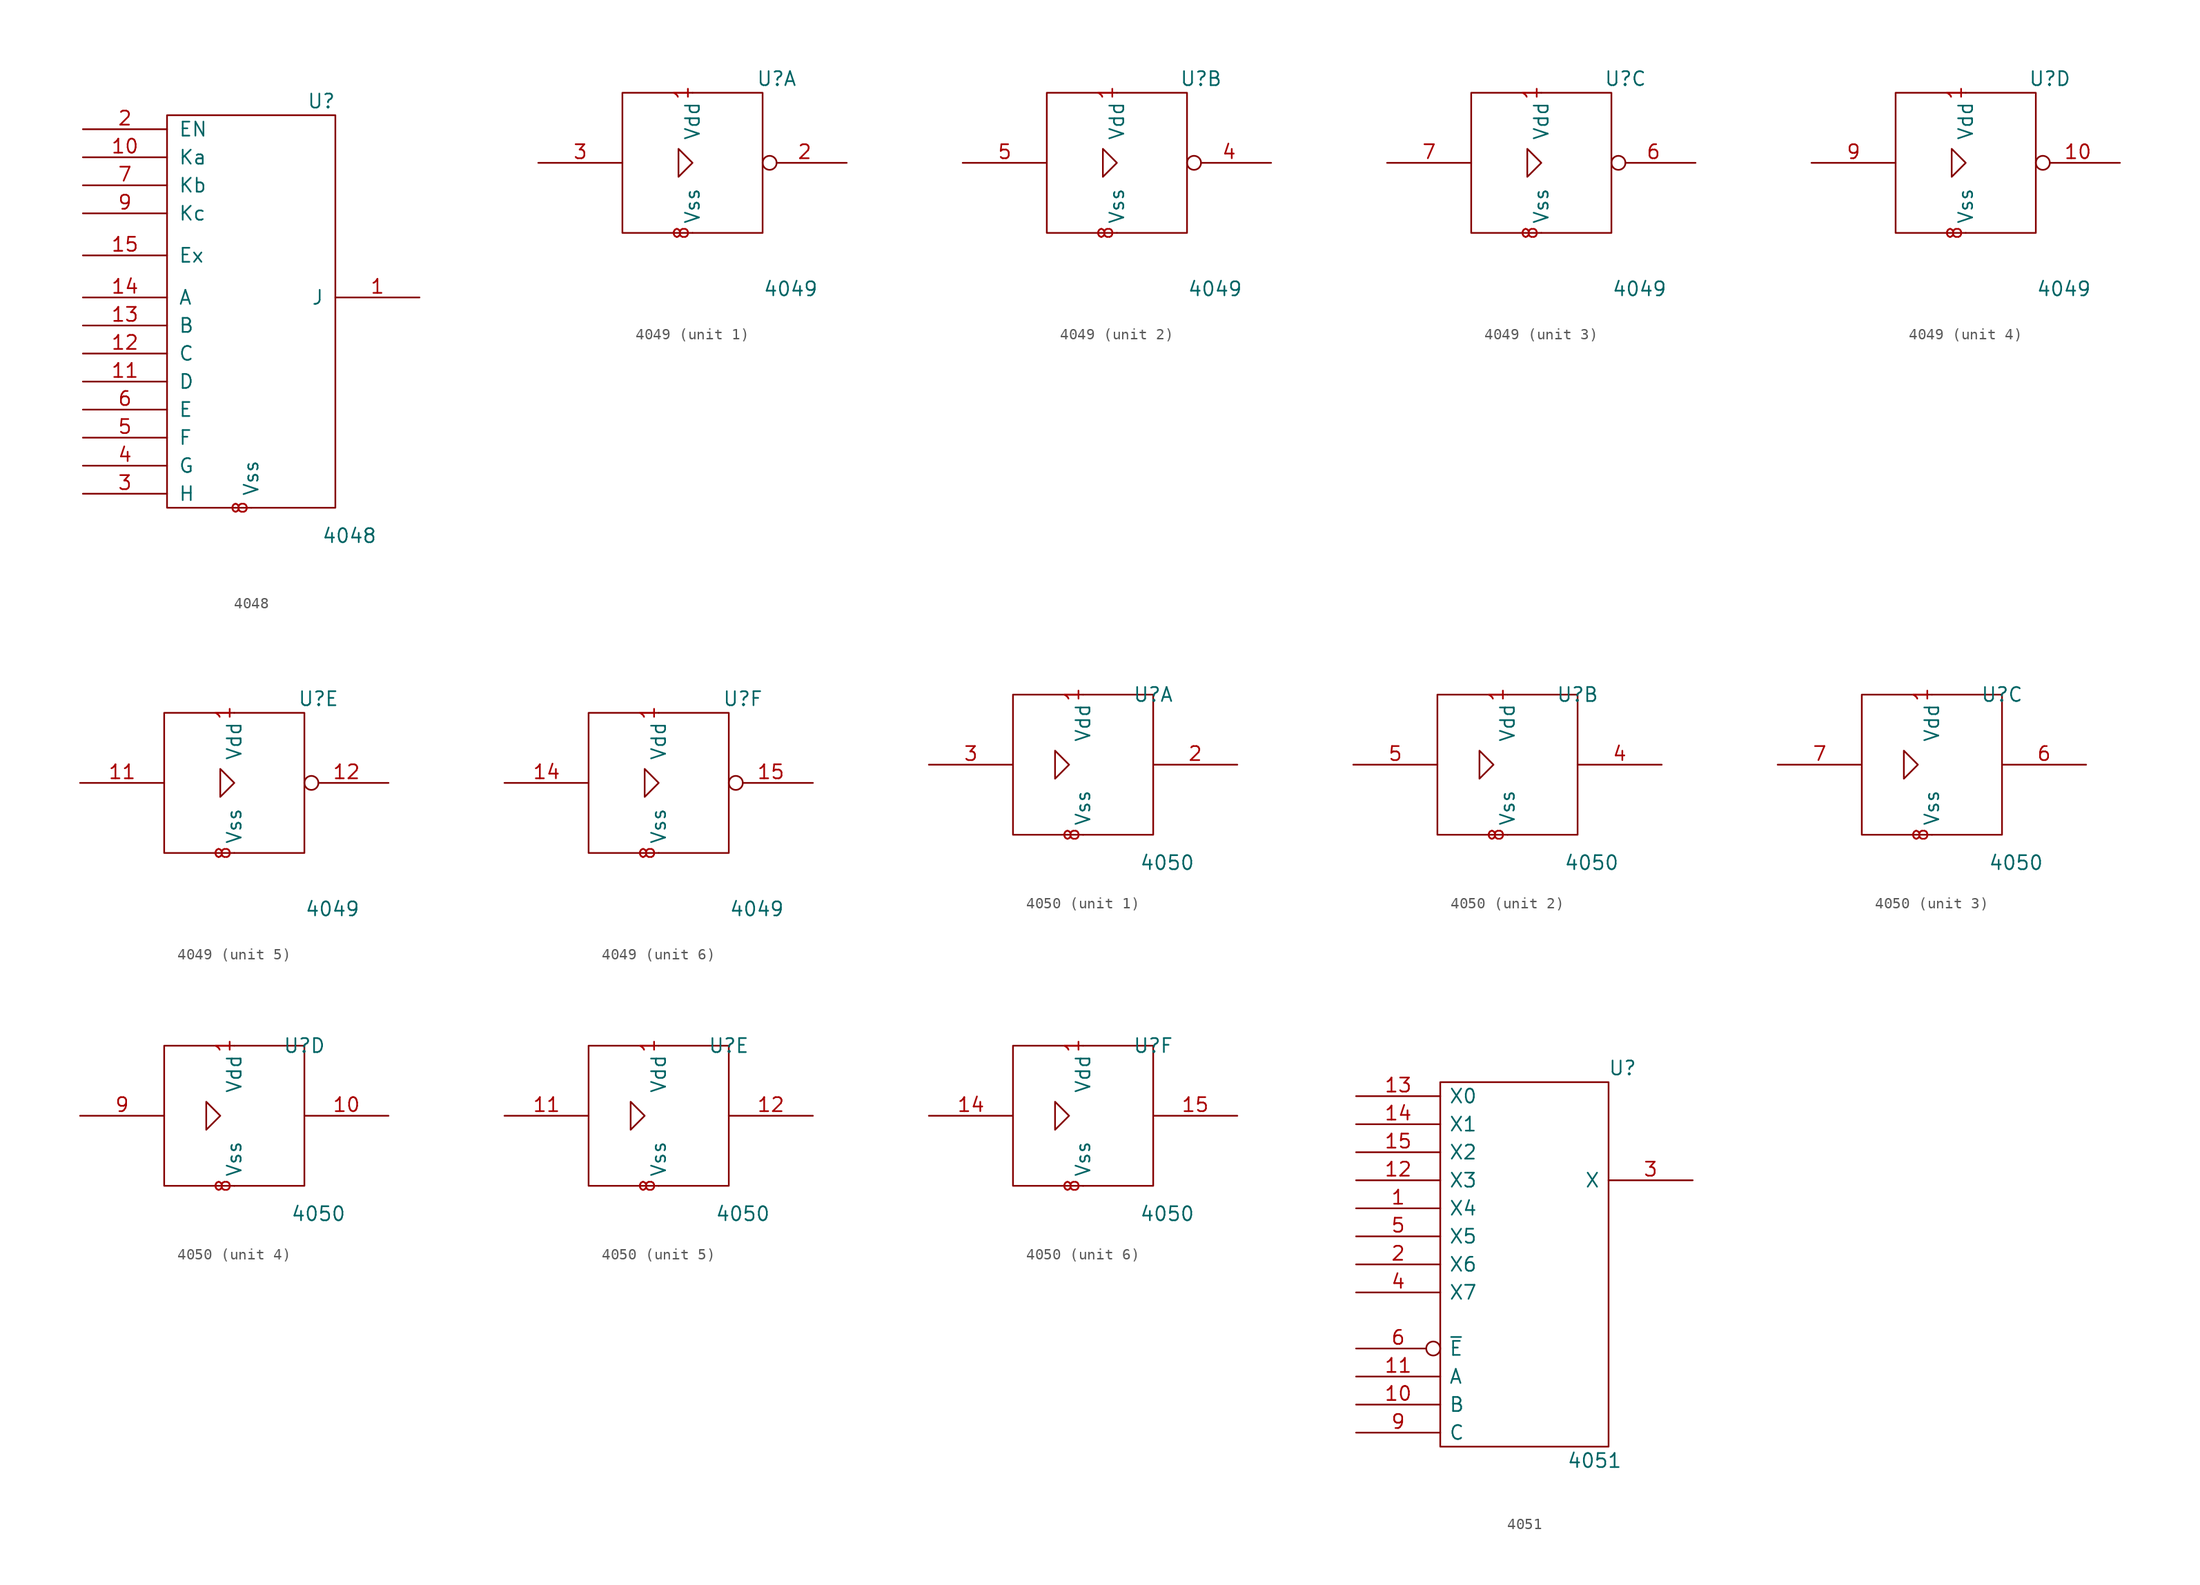
<source format=kicad_sym>
(kicad_symbol_lib
  (version 20201005)
  (generator kicad_symbol_editor)
  (symbol "4xxx_IEEE:4048"
    (pin_names
      (offset 1.016))
    (property "Reference" "U"
      (at 6.35 17.78 0)
      (effects (font (size 1.27 1.27))))
    (property "Value" "4048"
      (at 8.89 -21.59 0)
      (effects (font (size 1.27 1.27))))
    (symbol "4048_0_1"
      (rectangle (start -7.62 16.51) (end 7.62 -19.05) (stroke (width 0)) (fill (type none))))
    (symbol "4048_1_1"
      (pin output line (at 15.24 0 180) (length 7.62) (name "J" (effects (font (size 1.27 1.27)))) (number "1" (effects (font (size 1.27 1.27)))))
      (pin input line (at -15.24 12.7 0) (length 7.62) (name "Ka" (effects (font (size 1.27 1.27)))) (number "10" (effects (font (size 1.27 1.27)))))
      (pin input line (at -15.24 -7.62 0) (length 7.62) (name "D" (effects (font (size 1.27 1.27)))) (number "11" (effects (font (size 1.27 1.27)))))
      (pin input line (at -15.24 -5.08 0) (length 7.62) (name "C" (effects (font (size 1.27 1.27)))) (number "12" (effects (font (size 1.27 1.27)))))
      (pin input line (at -15.24 -2.54 0) (length 7.62) (name "B" (effects (font (size 1.27 1.27)))) (number "13" (effects (font (size 1.27 1.27)))))
      (pin input line (at -15.24 0 0) (length 7.62) (name "A" (effects (font (size 1.27 1.27)))) (number "14" (effects (font (size 1.27 1.27)))))
      (pin input line (at -15.24 3.81 0) (length 7.62) (name "Ex" (effects (font (size 1.27 1.27)))) (number "15" (effects (font (size 1.27 1.27)))))
      (pin power_in line (at 0 16.51 270) (length 0) hide (name "Vdd" (effects (font (size 1.27 1.27)))) (number "16" (effects (font (size 1.27 1.27)))))
      (pin input line (at -15.24 15.24 0) (length 7.62) (name "EN" (effects (font (size 1.27 1.27)))) (number "2" (effects (font (size 1.27 1.27)))))
      (pin input line (at -15.24 -17.78 0) (length 7.62) (name "H" (effects (font (size 1.27 1.27)))) (number "3" (effects (font (size 1.27 1.27)))))
      (pin input line (at -15.24 -15.24 0) (length 7.62) (name "G" (effects (font (size 1.27 1.27)))) (number "4" (effects (font (size 1.27 1.27)))))
      (pin input line (at -15.24 -12.7 0) (length 7.62) (name "F" (effects (font (size 1.27 1.27)))) (number "5" (effects (font (size 1.27 1.27)))))
      (pin input line (at -15.24 -10.16 0) (length 7.62) (name "E" (effects (font (size 1.27 1.27)))) (number "6" (effects (font (size 1.27 1.27)))))
      (pin input line (at -15.24 10.16 0) (length 7.62) (name "Kb" (effects (font (size 1.27 1.27)))) (number "7" (effects (font (size 1.27 1.27)))))
      (pin power_in line (at 0 -19.05 90) (length 0) (name "Vss" (effects (font (size 1.27 1.27)))) (number "8" (effects (font (size 1.27 1.27)))))
      (pin input line (at -15.24 7.62 0) (length 7.62) (name "Kc" (effects (font (size 1.27 1.27)))) (number "9" (effects (font (size 1.27 1.27)))))))
  (symbol "4xxx_IEEE:4049"
    (pin_names
      (offset 0.762))
    (property "Reference" "U"
      (at 7.62 7.62 0)
      (effects (font (size 1.27 1.27))))
    (property "Value" "4049"
      (at 8.89 -11.43 0)
      (effects (font (size 1.27 1.27))))
    (symbol "4049_0_0"
      (polyline (pts (xy -1.27 1.27) (xy -1.27 -1.27) (xy 0 0) (xy -1.27 1.27) (xy -1.27 1.27)) (stroke (width 0)) (fill (type none)))
      (pin power_in line (at 0 6.35 270) (length 0) (name "Vdd" (effects (font (size 1.27 1.27)))) (number "1" (effects (font (size 1.27 1.27)))))
      (pin power_in line (at 0 -6.35 90) (length 0) (name "Vss" (effects (font (size 1.27 1.27)))) (number "8" (effects (font (size 1.27 1.27))))))
    (symbol "4049_0_1"
      (rectangle (start -6.35 6.35) (end 6.35 -6.35) (stroke (width 0)) (fill (type none))))
    (symbol "4049_1_1"
      (pin output inverted (at 13.97 0 180) (length 7.62) (name "~" (effects (font (size 1.27 1.27)))) (number "2" (effects (font (size 1.27 1.27)))))
      (pin input line (at -13.97 0 0) (length 7.62) (name "~" (effects (font (size 1.27 1.27)))) (number "3" (effects (font (size 1.27 1.27))))))
    (symbol "4049_2_1"
      (pin output inverted (at 13.97 0 180) (length 7.62) (name "~" (effects (font (size 1.27 1.27)))) (number "4" (effects (font (size 1.27 1.27)))))
      (pin input line (at -13.97 0 0) (length 7.62) (name "~" (effects (font (size 1.27 1.27)))) (number "5" (effects (font (size 1.27 1.27))))))
    (symbol "4049_3_1"
      (pin output inverted (at 13.97 0 180) (length 7.62) (name "~" (effects (font (size 1.27 1.27)))) (number "6" (effects (font (size 1.27 1.27)))))
      (pin input line (at -13.97 0 0) (length 7.62) (name "~" (effects (font (size 1.27 1.27)))) (number "7" (effects (font (size 1.27 1.27))))))
    (symbol "4049_4_1"
      (pin output inverted (at 13.97 0 180) (length 7.62) (name "~" (effects (font (size 1.27 1.27)))) (number "10" (effects (font (size 1.27 1.27)))))
      (pin input line (at -13.97 0 0) (length 7.62) (name "~" (effects (font (size 1.27 1.27)))) (number "9" (effects (font (size 1.27 1.27))))))
    (symbol "4049_5_1"
      (pin input line (at -13.97 0 0) (length 7.62) (name "~" (effects (font (size 1.27 1.27)))) (number "11" (effects (font (size 1.27 1.27)))))
      (pin output inverted (at 13.97 0 180) (length 7.62) (name "~" (effects (font (size 1.27 1.27)))) (number "12" (effects (font (size 1.27 1.27))))))
    (symbol "4049_6_1"
      (pin input line (at -13.97 0 0) (length 7.62) (name "~" (effects (font (size 1.27 1.27)))) (number "14" (effects (font (size 1.27 1.27)))))
      (pin output inverted (at 13.97 0 180) (length 7.62) (name "~" (effects (font (size 1.27 1.27)))) (number "15" (effects (font (size 1.27 1.27)))))))
  (symbol "4xxx_IEEE:4050"
    (pin_names
      (offset 0.762))
    (property "Reference" "U"
      (at 6.35 6.35 0)
      (effects (font (size 1.27 1.27))))
    (property "Value" "4050"
      (at 7.62 -8.89 0)
      (effects (font (size 1.27 1.27))))
    (symbol "4050_0_0"
      (polyline (pts (xy -2.54 1.27) (xy -2.54 -1.27) (xy -1.27 0) (xy -2.54 1.27) (xy -2.54 1.27)) (stroke (width 0)) (fill (type none)))
      (pin power_in line (at 0 6.35 270) (length 0) (name "Vdd" (effects (font (size 1.27 1.27)))) (number "1" (effects (font (size 1.27 1.27)))))
      (pin power_in line (at 0 -6.35 90) (length 0) (name "Vss" (effects (font (size 1.27 1.27)))) (number "8" (effects (font (size 1.27 1.27))))))
    (symbol "4050_0_1"
      (rectangle (start -6.35 6.35) (end 6.35 -6.35) (stroke (width 0)) (fill (type none))))
    (symbol "4050_1_1"
      (pin output line (at 13.97 0 180) (length 7.62) (name "~" (effects (font (size 1.27 1.27)))) (number "2" (effects (font (size 1.27 1.27)))))
      (pin input line (at -13.97 0 0) (length 7.62) (name "~" (effects (font (size 1.27 1.27)))) (number "3" (effects (font (size 1.27 1.27))))))
    (symbol "4050_2_1"
      (pin output line (at 13.97 0 180) (length 7.62) (name "~" (effects (font (size 1.27 1.27)))) (number "4" (effects (font (size 1.27 1.27)))))
      (pin input line (at -13.97 0 0) (length 7.62) (name "~" (effects (font (size 1.27 1.27)))) (number "5" (effects (font (size 1.27 1.27))))))
    (symbol "4050_3_1"
      (pin output line (at 13.97 0 180) (length 7.62) (name "~" (effects (font (size 1.27 1.27)))) (number "6" (effects (font (size 1.27 1.27)))))
      (pin input line (at -13.97 0 0) (length 7.62) (name "~" (effects (font (size 1.27 1.27)))) (number "7" (effects (font (size 1.27 1.27))))))
    (symbol "4050_4_1"
      (pin output line (at 13.97 0 180) (length 7.62) (name "~" (effects (font (size 1.27 1.27)))) (number "10" (effects (font (size 1.27 1.27)))))
      (pin input line (at -13.97 0 0) (length 7.62) (name "~" (effects (font (size 1.27 1.27)))) (number "9" (effects (font (size 1.27 1.27))))))
    (symbol "4050_5_1"
      (pin input line (at -13.97 0 0) (length 7.62) (name "~" (effects (font (size 1.27 1.27)))) (number "11" (effects (font (size 1.27 1.27)))))
      (pin output line (at 13.97 0 180) (length 7.62) (name "~" (effects (font (size 1.27 1.27)))) (number "12" (effects (font (size 1.27 1.27))))))
    (symbol "4050_6_1"
      (pin input line (at -13.97 0 0) (length 7.62) (name "~" (effects (font (size 1.27 1.27)))) (number "14" (effects (font (size 1.27 1.27)))))
      (pin output line (at 13.97 0 180) (length 7.62) (name "~" (effects (font (size 1.27 1.27)))) (number "15" (effects (font (size 1.27 1.27)))))))
  (symbol "4xxx_IEEE:4051"
    (pin_names
      (offset 0.762))
    (property "Reference" "U"
      (at 8.89 17.78 0)
      (effects (font (size 1.27 1.27))))
    (property "Value" "4051"
      (at 6.35 -17.78 0)
      (effects (font (size 1.27 1.27))))
    (symbol "4051_0_0"
      (pin power_in line (at 0 16.51 270) (length 0) hide (name "Vdd" (effects (font (size 1.27 1.27)))) (number "16" (effects (font (size 1.27 1.27)))))
      (pin power_in line (at 0 -16.51 90) (length 0) hide (name "Vss" (effects (font (size 1.27 1.27)))) (number "8" (effects (font (size 1.27 1.27))))))
    (symbol "4051_0_1"
      (rectangle (start -7.62 16.51) (end 7.62 -16.51) (stroke (width 0)) (fill (type none))))
    (symbol "4051_1_1"
      (pin passive line (at -15.24 5.08 0) (length 7.62) (name "X4" (effects (font (size 1.27 1.27)))) (number "1" (effects (font (size 1.27 1.27)))))
      (pin input line (at -15.24 -12.7 0) (length 7.62) (name "B" (effects (font (size 1.27 1.27)))) (number "10" (effects (font (size 1.27 1.27)))))
      (pin input line (at -15.24 -10.16 0) (length 7.62) (name "A" (effects (font (size 1.27 1.27)))) (number "11" (effects (font (size 1.27 1.27)))))
      (pin passive line (at -15.24 7.62 0) (length 7.62) (name "X3" (effects (font (size 1.27 1.27)))) (number "12" (effects (font (size 1.27 1.27)))))
      (pin passive line (at -15.24 15.24 0) (length 7.62) (name "X0" (effects (font (size 1.27 1.27)))) (number "13" (effects (font (size 1.27 1.27)))))
      (pin passive line (at -15.24 12.7 0) (length 7.62) (name "X1" (effects (font (size 1.27 1.27)))) (number "14" (effects (font (size 1.27 1.27)))))
      (pin passive line (at -15.24 10.16 0) (length 7.62) (name "X2" (effects (font (size 1.27 1.27)))) (number "15" (effects (font (size 1.27 1.27)))))
      (pin passive line (at -15.24 0 0) (length 7.62) (name "X6" (effects (font (size 1.27 1.27)))) (number "2" (effects (font (size 1.27 1.27)))))
      (pin passive line (at 15.24 7.62 180) (length 7.62) (name "X" (effects (font (size 1.27 1.27)))) (number "3" (effects (font (size 1.27 1.27)))))
      (pin passive line (at -15.24 -2.54 0) (length 7.62) (name "X7" (effects (font (size 1.27 1.27)))) (number "4" (effects (font (size 1.27 1.27)))))
      (pin passive line (at -15.24 2.54 0) (length 7.62) (name "X5" (effects (font (size 1.27 1.27)))) (number "5" (effects (font (size 1.27 1.27)))))
      (pin input inverted (at -15.24 -7.62 0) (length 7.62) (name "~E" (effects (font (size 1.27 1.27)))) (number "6" (effects (font (size 1.27 1.27)))))
      (pin power_in line (at 5.08 16.51 270) (length 0) hide (name "VEE" (effects (font (size 1.27 1.27)))) (number "7" (effects (font (size 1.27 1.27)))))
      (pin input line (at -15.24 -15.24 0) (length 7.62) (name "C" (effects (font (size 1.27 1.27)))) (number "9" (effects (font (size 1.27 1.27))))))))
</source>
